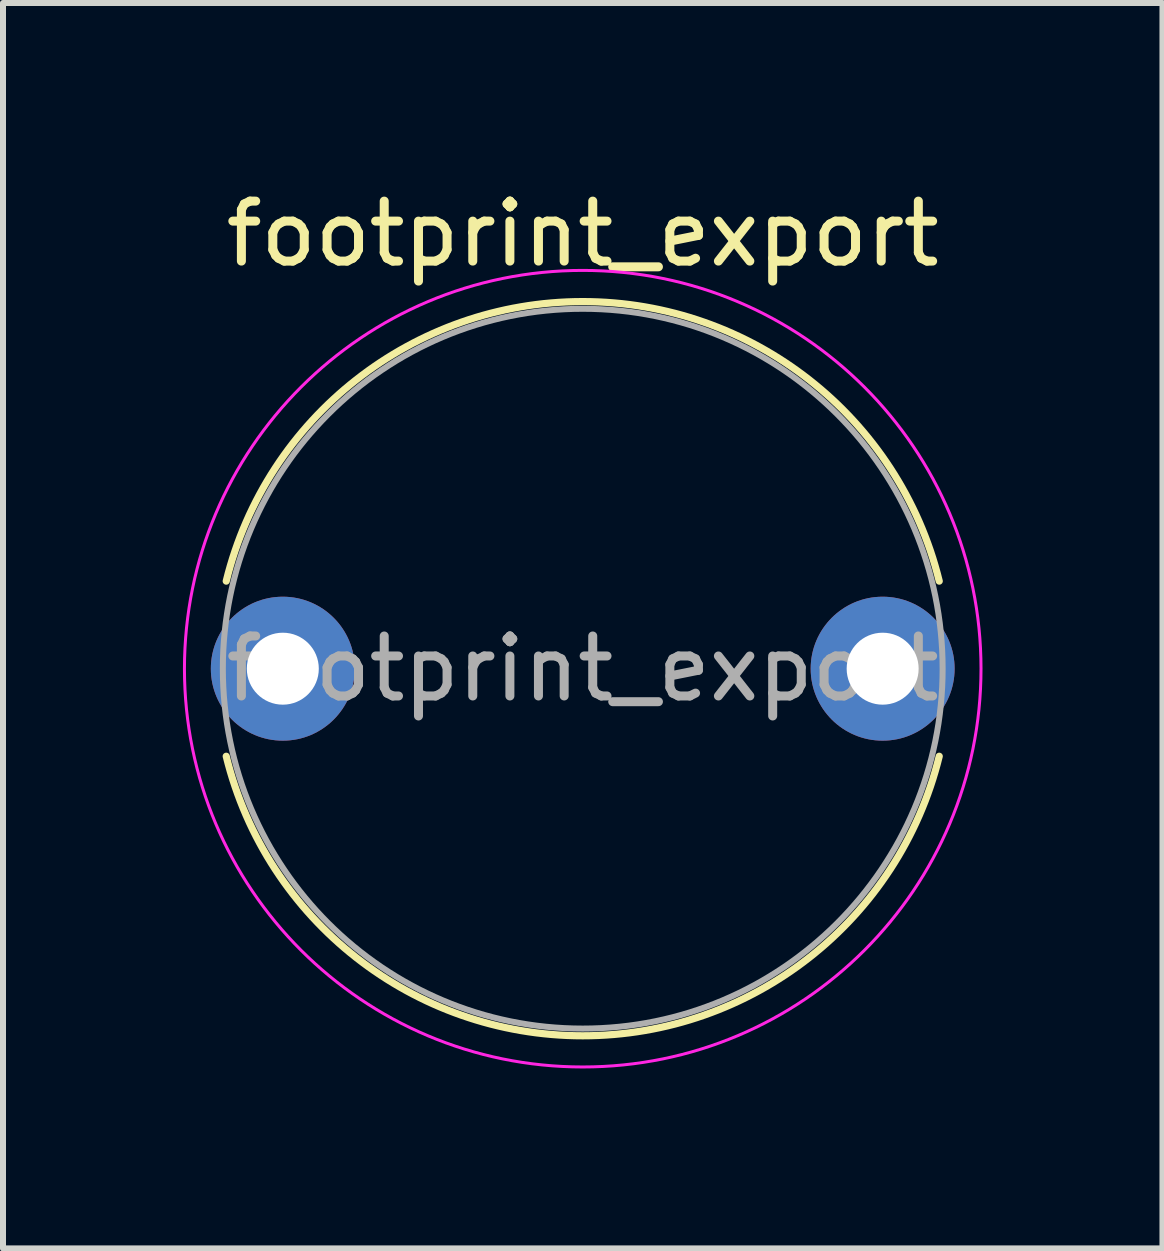
<source format=kicad_pcb>
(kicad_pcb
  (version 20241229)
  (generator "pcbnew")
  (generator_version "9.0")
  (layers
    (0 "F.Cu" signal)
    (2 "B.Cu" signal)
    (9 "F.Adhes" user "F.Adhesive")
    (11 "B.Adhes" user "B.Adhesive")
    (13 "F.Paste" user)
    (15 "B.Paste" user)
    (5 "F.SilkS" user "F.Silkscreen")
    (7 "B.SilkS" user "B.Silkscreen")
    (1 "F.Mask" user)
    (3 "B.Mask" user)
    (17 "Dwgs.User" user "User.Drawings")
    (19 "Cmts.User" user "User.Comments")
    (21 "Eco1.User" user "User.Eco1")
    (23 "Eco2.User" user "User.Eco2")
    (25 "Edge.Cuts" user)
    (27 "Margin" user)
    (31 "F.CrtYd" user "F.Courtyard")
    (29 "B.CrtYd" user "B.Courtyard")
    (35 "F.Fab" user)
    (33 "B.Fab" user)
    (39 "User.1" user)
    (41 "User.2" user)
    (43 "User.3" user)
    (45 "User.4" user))
  (footprint "footprint_export"
    (layer "F.Cu")
    (at 1.665 8.098)
    (property "Reference" "footprint_export" (at 5 -7.25 0) (layer "F.SilkS") (effects (font (size 1 1) (thickness 0.15))))
    (attr through_hole)
    (fp_arc (start -0.943299 -1.46) (mid 5 -6.12) (end 10.943299 -1.46) (stroke (width 0.12) (type solid)) (layer "F.SilkS"))
    (fp_arc (start 10.943299 1.46) (mid 5 6.12) (end -0.943299 1.46) (stroke (width 0.12) (type solid)) (layer "F.SilkS"))
    (fp_circle (center 5 0) (end 11.64 0) (stroke (width 0.05) (type solid)) (fill no) (layer "F.CrtYd"))
    (fp_circle (center 5 0) (end 11 0) (stroke (width 0.1) (type solid)) (fill no) (layer "F.Fab"))
    (fp_text user "${REFERENCE}" (at 5 0 0) (layer "F.Fab") (effects (font (size 1 1) (thickness 0.15))))
    (pad "1" thru_hole circle (at 0 0) (size 2.4 2.4) (drill 1.2) (layers "*.Cu" "*.Mask"))
    (pad "2" thru_hole circle (at 10 0) (size 2.4 2.4) (drill 1.2) (layers "*.Cu" "*.Mask")))
  (gr_rect
    (start -3 -3)
    (end 16.33 17.763)
    (stroke (width 0.1) (type default))
    (fill no)
    (layer "Edge.Cuts")))
</source>
